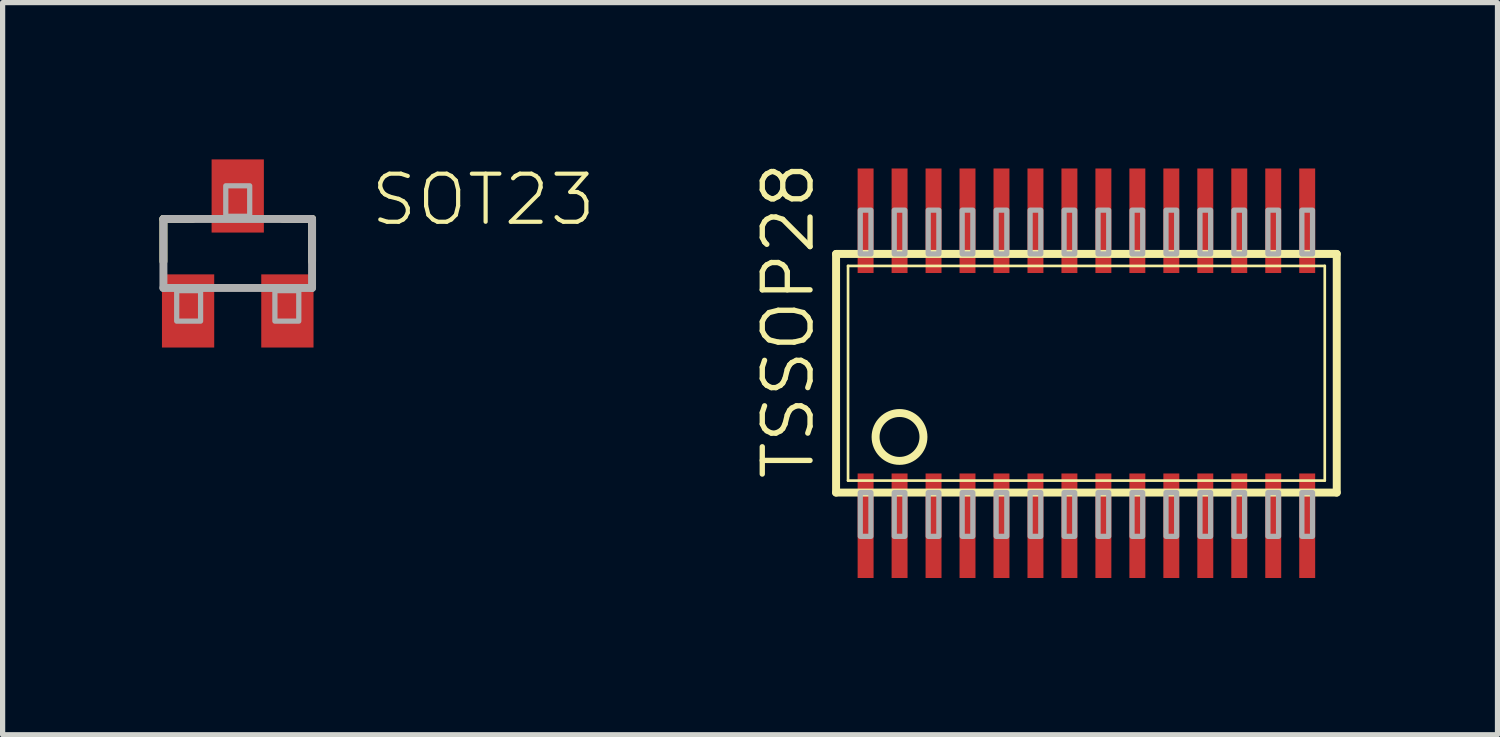
<source format=kicad_pcb>
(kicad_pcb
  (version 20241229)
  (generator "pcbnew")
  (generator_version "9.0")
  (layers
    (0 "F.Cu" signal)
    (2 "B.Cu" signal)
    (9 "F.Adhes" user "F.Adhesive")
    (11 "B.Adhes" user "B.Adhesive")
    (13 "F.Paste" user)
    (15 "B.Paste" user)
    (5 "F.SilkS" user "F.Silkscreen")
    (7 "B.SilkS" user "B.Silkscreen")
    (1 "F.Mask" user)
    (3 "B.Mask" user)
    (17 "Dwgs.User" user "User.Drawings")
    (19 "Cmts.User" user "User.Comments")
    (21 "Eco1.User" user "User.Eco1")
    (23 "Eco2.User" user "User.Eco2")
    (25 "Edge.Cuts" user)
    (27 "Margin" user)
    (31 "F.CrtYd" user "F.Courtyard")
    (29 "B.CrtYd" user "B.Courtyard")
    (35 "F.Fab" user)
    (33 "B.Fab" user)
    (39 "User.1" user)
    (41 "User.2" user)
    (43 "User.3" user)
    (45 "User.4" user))
  (footprint "SOT23"
    (layer "F.Cu")
    (at 1.499 1.8)
    (property "Reference" "SOT23" (at 2.5 -0.49 0) (layer "F.SilkS") (effects (font (size 0.92 0.92) (thickness 0.08)) (justify left bottom)))
    (fp_line (start -1.422 -0.66) (end -0.864 -0.66) (stroke (width 0.152) (type solid)) (layer "F.SilkS"))
    (fp_line (start -1.422 0.152) (end -1.422 -0.66) (stroke (width 0.152) (type solid)) (layer "F.SilkS"))
    (fp_line (start 0.864 -0.66) (end 1.422 -0.66) (stroke (width 0.152) (type solid)) (layer "F.SilkS"))
    (fp_line (start 1.422 -0.66) (end 1.422 0.152) (stroke (width 0.152) (type solid)) (layer "F.SilkS"))
    (fp_line (start -1.422 -0.66) (end 1.422 -0.66) (stroke (width 0.152) (type solid)) (layer "F.Fab"))
    (fp_line (start -1.422 0.66) (end -1.422 -0.66) (stroke (width 0.152) (type solid)) (layer "F.Fab"))
    (fp_line (start 1.422 -0.66) (end 1.422 0.66) (stroke (width 0.152) (type solid)) (layer "F.Fab"))
    (fp_line (start 1.422 0.66) (end -1.422 0.66) (stroke (width 0.152) (type solid)) (layer "F.Fab"))
    (fp_poly (pts (xy -1.168 1.295) (xy -0.711 1.295) (xy -0.711 0.711) (xy -1.168 0.711)) (stroke (width 0.1) (type solid)) (fill no) (layer "F.Fab"))
    (fp_poly (pts (xy -0.229 -0.711) (xy 0.229 -0.711) (xy 0.229 -1.295) (xy -0.229 -1.295)) (stroke (width 0.1) (type solid)) (fill no) (layer "F.Fab"))
    (fp_poly (pts (xy 0.711 1.295) (xy 1.168 1.295) (xy 1.168 0.711) (xy 0.711 0.711)) (stroke (width 0.1) (type solid)) (fill no) (layer "F.Fab"))
    (pad "1" smd rect (at -0.95 1.1) (size 1 1.4) (layers "F.Cu" "F.Mask" "F.Paste"))
    (pad "2" smd rect (at 0.95 1.1) (size 1 1.4) (layers "F.Cu" "F.Mask" "F.Paste"))
    (pad "3" smd rect (at 0 -1.1) (size 1 1.4) (layers "F.Cu" "F.Mask" "F.Paste")))
  (footprint "TSSOP28"
    (layer "F.Cu")
    (at 17.738 4.092)
    (property "Reference" "TSSOP28" (at -5.171 2.083 90) (layer "F.SilkS") (effects (font (size 0.914 0.914) (thickness 0.102)) (justify left bottom)))
    (fp_line (start -4.79 2.283) (end -4.79 -2.283) (stroke (width 0.152) (type solid)) (layer "F.SilkS"))
    (fp_line (start -4.79 2.283) (end 4.79 2.283) (stroke (width 0.152) (type solid)) (layer "F.SilkS"))
    (fp_line (start -4.561 2.054) (end -4.561 -2.054) (stroke (width 0.051) (type solid)) (layer "F.SilkS"))
    (fp_line (start -4.561 2.054) (end 4.561 2.054) (stroke (width 0.051) (type solid)) (layer "F.SilkS"))
    (fp_line (start 4.561 -2.054) (end -4.561 -2.054) (stroke (width 0.051) (type solid)) (layer "F.SilkS"))
    (fp_line (start 4.561 -2.054) (end 4.561 2.054) (stroke (width 0.051) (type solid)) (layer "F.SilkS"))
    (fp_line (start 4.79 -2.283) (end -4.79 -2.283) (stroke (width 0.152) (type solid)) (layer "F.SilkS"))
    (fp_line (start 4.79 -2.283) (end 4.79 2.283) (stroke (width 0.152) (type solid)) (layer "F.SilkS"))
    (fp_circle (center -3.576 1.219) (end -3.118 1.219) (stroke (width 0.152) (type solid)) (fill no) (layer "F.SilkS"))
    (fp_poly (pts (xy -4.327 -2.283) (xy -4.123 -2.283) (xy -4.123 -3.121) (xy -4.327 -3.121)) (stroke (width 0.1) (type solid)) (fill no) (layer "F.Fab"))
    (fp_poly (pts (xy -4.327 3.121) (xy -4.123 3.121) (xy -4.123 2.283) (xy -4.327 2.283)) (stroke (width 0.1) (type solid)) (fill no) (layer "F.Fab"))
    (fp_poly (pts (xy -3.677 -2.283) (xy -3.473 -2.283) (xy -3.473 -3.121) (xy -3.677 -3.121)) (stroke (width 0.1) (type solid)) (fill no) (layer "F.Fab"))
    (fp_poly (pts (xy -3.677 3.121) (xy -3.473 3.121) (xy -3.473 2.283) (xy -3.677 2.283)) (stroke (width 0.1) (type solid)) (fill no) (layer "F.Fab"))
    (fp_poly (pts (xy -3.027 -2.283) (xy -2.823 -2.283) (xy -2.823 -3.121) (xy -3.027 -3.121)) (stroke (width 0.1) (type solid)) (fill no) (layer "F.Fab"))
    (fp_poly (pts (xy -3.027 3.121) (xy -2.823 3.121) (xy -2.823 2.283) (xy -3.027 2.283)) (stroke (width 0.1) (type solid)) (fill no) (layer "F.Fab"))
    (fp_poly (pts (xy -2.377 -2.283) (xy -2.173 -2.283) (xy -2.173 -3.121) (xy -2.377 -3.121)) (stroke (width 0.1) (type solid)) (fill no) (layer "F.Fab"))
    (fp_poly (pts (xy -2.377 3.121) (xy -2.173 3.121) (xy -2.173 2.283) (xy -2.377 2.283)) (stroke (width 0.1) (type solid)) (fill no) (layer "F.Fab"))
    (fp_poly (pts (xy -1.727 -2.283) (xy -1.523 -2.283) (xy -1.523 -3.121) (xy -1.727 -3.121)) (stroke (width 0.1) (type solid)) (fill no) (layer "F.Fab"))
    (fp_poly (pts (xy -1.727 3.121) (xy -1.523 3.121) (xy -1.523 2.283) (xy -1.727 2.283)) (stroke (width 0.1) (type solid)) (fill no) (layer "F.Fab"))
    (fp_poly (pts (xy -1.077 -2.283) (xy -0.873 -2.283) (xy -0.873 -3.121) (xy -1.077 -3.121)) (stroke (width 0.1) (type solid)) (fill no) (layer "F.Fab"))
    (fp_poly (pts (xy -1.077 3.121) (xy -0.873 3.121) (xy -0.873 2.283) (xy -1.077 2.283)) (stroke (width 0.1) (type solid)) (fill no) (layer "F.Fab"))
    (fp_poly (pts (xy -0.427 -2.283) (xy -0.223 -2.283) (xy -0.223 -3.121) (xy -0.427 -3.121)) (stroke (width 0.1) (type solid)) (fill no) (layer "F.Fab"))
    (fp_poly (pts (xy -0.427 3.121) (xy -0.223 3.121) (xy -0.223 2.283) (xy -0.427 2.283)) (stroke (width 0.1) (type solid)) (fill no) (layer "F.Fab"))
    (fp_poly (pts (xy 0.223 -2.283) (xy 0.427 -2.283) (xy 0.427 -3.121) (xy 0.223 -3.121)) (stroke (width 0.1) (type solid)) (fill no) (layer "F.Fab"))
    (fp_poly (pts (xy 0.223 3.121) (xy 0.427 3.121) (xy 0.427 2.283) (xy 0.223 2.283)) (stroke (width 0.1) (type solid)) (fill no) (layer "F.Fab"))
    (fp_poly (pts (xy 0.873 -2.283) (xy 1.077 -2.283) (xy 1.077 -3.121) (xy 0.873 -3.121)) (stroke (width 0.1) (type solid)) (fill no) (layer "F.Fab"))
    (fp_poly (pts (xy 0.873 3.121) (xy 1.077 3.121) (xy 1.077 2.283) (xy 0.873 2.283)) (stroke (width 0.1) (type solid)) (fill no) (layer "F.Fab"))
    (fp_poly (pts (xy 1.523 -2.283) (xy 1.727 -2.283) (xy 1.727 -3.121) (xy 1.523 -3.121)) (stroke (width 0.1) (type solid)) (fill no) (layer "F.Fab"))
    (fp_poly (pts (xy 1.523 3.121) (xy 1.727 3.121) (xy 1.727 2.283) (xy 1.523 2.283)) (stroke (width 0.1) (type solid)) (fill no) (layer "F.Fab"))
    (fp_poly (pts (xy 2.173 -2.283) (xy 2.377 -2.283) (xy 2.377 -3.121) (xy 2.173 -3.121)) (stroke (width 0.1) (type solid)) (fill no) (layer "F.Fab"))
    (fp_poly (pts (xy 2.173 3.121) (xy 2.377 3.121) (xy 2.377 2.283) (xy 2.173 2.283)) (stroke (width 0.1) (type solid)) (fill no) (layer "F.Fab"))
    (fp_poly (pts (xy 2.823 -2.283) (xy 3.027 -2.283) (xy 3.027 -3.121) (xy 2.823 -3.121)) (stroke (width 0.1) (type solid)) (fill no) (layer "F.Fab"))
    (fp_poly (pts (xy 2.823 3.121) (xy 3.027 3.121) (xy 3.027 2.283) (xy 2.823 2.283)) (stroke (width 0.1) (type solid)) (fill no) (layer "F.Fab"))
    (fp_poly (pts (xy 3.473 -2.283) (xy 3.677 -2.283) (xy 3.677 -3.121) (xy 3.473 -3.121)) (stroke (width 0.1) (type solid)) (fill no) (layer "F.Fab"))
    (fp_poly (pts (xy 3.473 3.121) (xy 3.677 3.121) (xy 3.677 2.283) (xy 3.473 2.283)) (stroke (width 0.1) (type solid)) (fill no) (layer "F.Fab"))
    (fp_poly (pts (xy 4.123 -2.283) (xy 4.327 -2.283) (xy 4.327 -3.121) (xy 4.123 -3.121)) (stroke (width 0.1) (type solid)) (fill no) (layer "F.Fab"))
    (fp_poly (pts (xy 4.123 3.121) (xy 4.327 3.121) (xy 4.327 2.283) (xy 4.123 2.283)) (stroke (width 0.1) (type solid)) (fill no) (layer "F.Fab"))
    (pad "1" smd rect (at -4.225 2.918) (size 0.305 2) (layers "F.Cu" "F.Mask" "F.Paste"))
    (pad "2" smd rect (at -3.575 2.918) (size 0.305 2) (layers "F.Cu" "F.Mask" "F.Paste"))
    (pad "3" smd rect (at -2.925 2.918) (size 0.305 2) (layers "F.Cu" "F.Mask" "F.Paste"))
    (pad "4" smd rect (at -2.275 2.918) (size 0.305 2) (layers "F.Cu" "F.Mask" "F.Paste"))
    (pad "5" smd rect (at -1.625 2.918) (size 0.305 2) (layers "F.Cu" "F.Mask" "F.Paste"))
    (pad "6" smd rect (at -0.975 2.918) (size 0.305 2) (layers "F.Cu" "F.Mask" "F.Paste"))
    (pad "7" smd rect (at -0.325 2.918) (size 0.305 2) (layers "F.Cu" "F.Mask" "F.Paste"))
    (pad "8" smd rect (at 0.325 2.918) (size 0.305 2) (layers "F.Cu" "F.Mask" "F.Paste"))
    (pad "9" smd rect (at 0.975 2.918) (size 0.305 2) (layers "F.Cu" "F.Mask" "F.Paste"))
    (pad "10" smd rect (at 1.625 2.918) (size 0.305 2) (layers "F.Cu" "F.Mask" "F.Paste"))
    (pad "11" smd rect (at 2.275 2.918) (size 0.305 2) (layers "F.Cu" "F.Mask" "F.Paste"))
    (pad "12" smd rect (at 2.925 2.918) (size 0.305 2) (layers "F.Cu" "F.Mask" "F.Paste"))
    (pad "13" smd rect (at 3.575 2.918) (size 0.305 2) (layers "F.Cu" "F.Mask" "F.Paste"))
    (pad "14" smd rect (at 4.225 2.918) (size 0.305 2) (layers "F.Cu" "F.Mask" "F.Paste"))
    (pad "15" smd rect (at 4.225 -2.918) (size 0.305 2) (layers "F.Cu" "F.Mask" "F.Paste"))
    (pad "16" smd rect (at 3.575 -2.918) (size 0.305 2) (layers "F.Cu" "F.Mask" "F.Paste"))
    (pad "17" smd rect (at 2.925 -2.918) (size 0.305 2) (layers "F.Cu" "F.Mask" "F.Paste"))
    (pad "18" smd rect (at 2.275 -2.918) (size 0.305 2) (layers "F.Cu" "F.Mask" "F.Paste"))
    (pad "19" smd rect (at 1.625 -2.918) (size 0.305 2) (layers "F.Cu" "F.Mask" "F.Paste"))
    (pad "20" smd rect (at 0.975 -2.918) (size 0.305 2) (layers "F.Cu" "F.Mask" "F.Paste"))
    (pad "21" smd rect (at 0.325 -2.918) (size 0.305 2) (layers "F.Cu" "F.Mask" "F.Paste"))
    (pad "22" smd rect (at -0.325 -2.918) (size 0.305 2) (layers "F.Cu" "F.Mask" "F.Paste"))
    (pad "23" smd rect (at -0.975 -2.918) (size 0.305 2) (layers "F.Cu" "F.Mask" "F.Paste"))
    (pad "24" smd rect (at -1.625 -2.918) (size 0.305 2) (layers "F.Cu" "F.Mask" "F.Paste"))
    (pad "25" smd rect (at -2.275 -2.918) (size 0.305 2) (layers "F.Cu" "F.Mask" "F.Paste"))
    (pad "26" smd rect (at -2.925 -2.918) (size 0.305 2) (layers "F.Cu" "F.Mask" "F.Paste"))
    (pad "27" smd rect (at -3.575 -2.918) (size 0.305 2) (layers "F.Cu" "F.Mask" "F.Paste"))
    (pad "28" smd rect (at -4.225 -2.918) (size 0.305 2) (layers "F.Cu" "F.Mask" "F.Paste")))
  (gr_rect
    (start -3 -3)
    (end 25.604 11.009)
    (stroke (width 0.1) (type default))
    (fill no)
    (layer "Edge.Cuts")))
</source>
